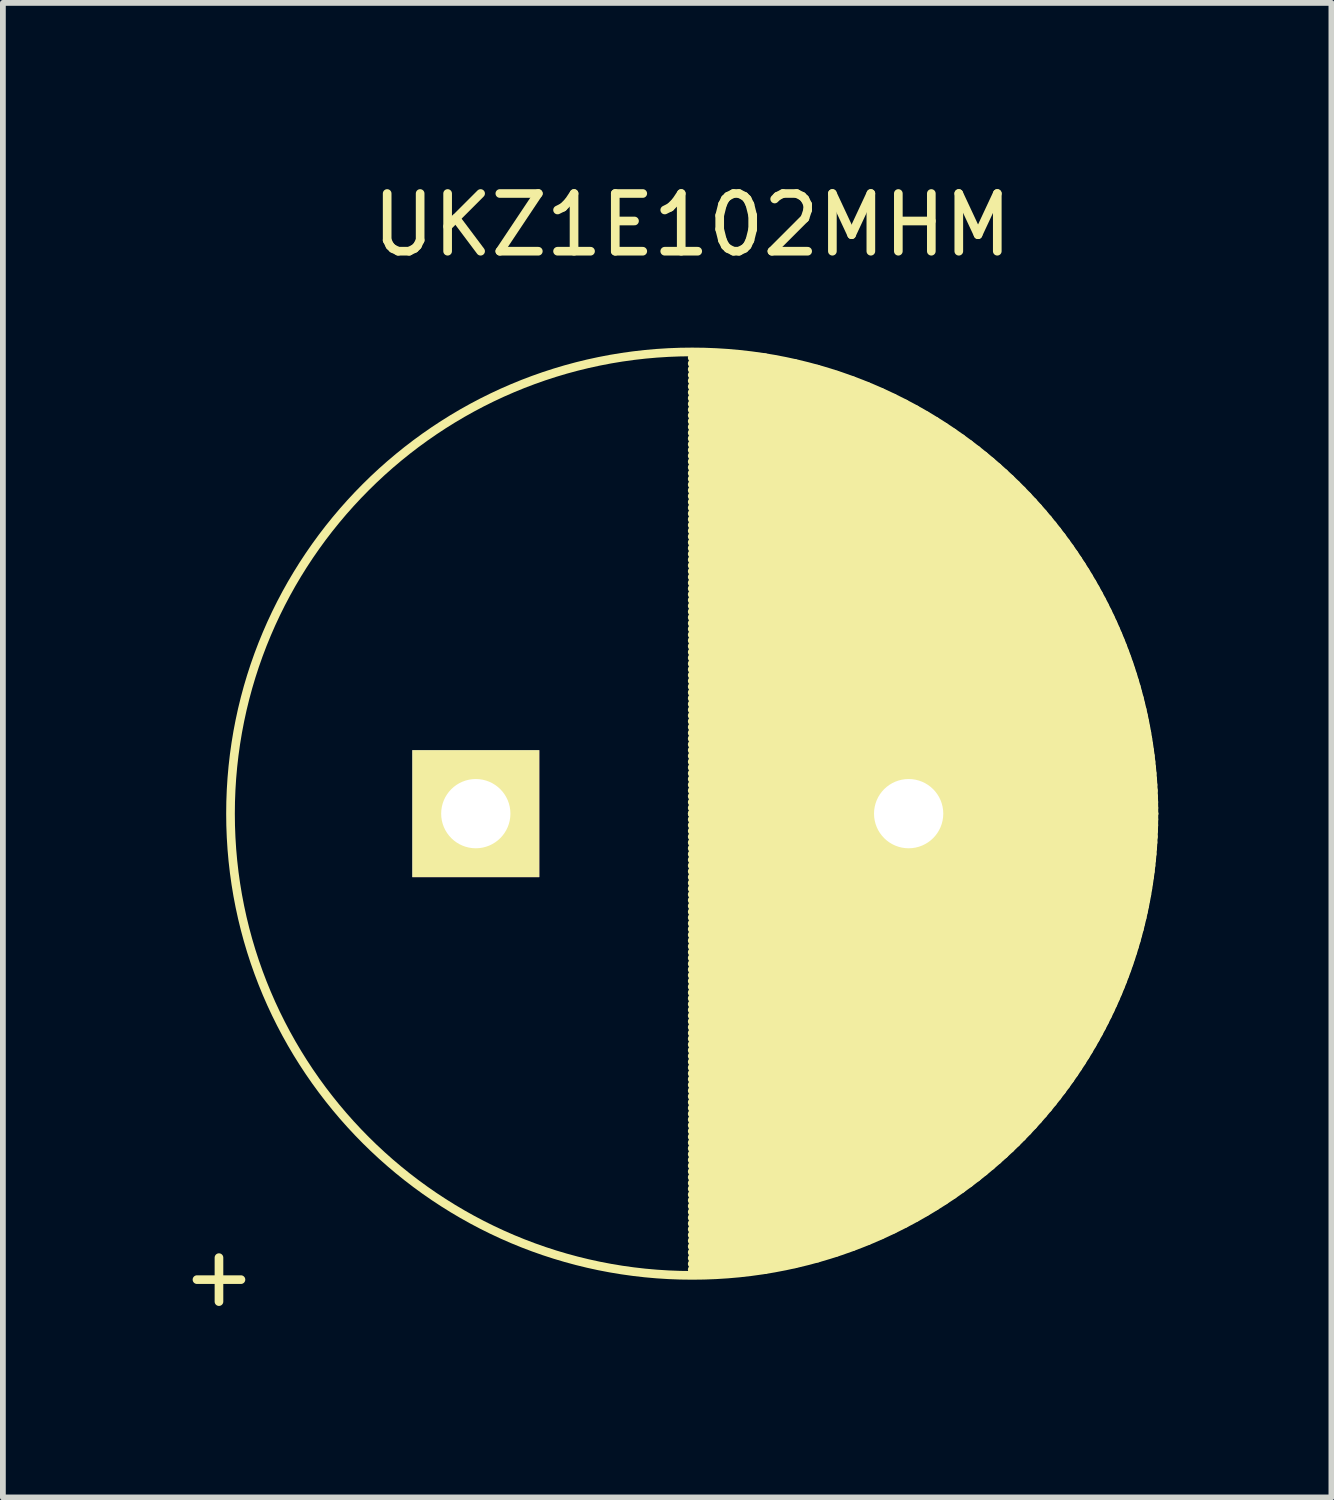
<source format=kicad_pcb>
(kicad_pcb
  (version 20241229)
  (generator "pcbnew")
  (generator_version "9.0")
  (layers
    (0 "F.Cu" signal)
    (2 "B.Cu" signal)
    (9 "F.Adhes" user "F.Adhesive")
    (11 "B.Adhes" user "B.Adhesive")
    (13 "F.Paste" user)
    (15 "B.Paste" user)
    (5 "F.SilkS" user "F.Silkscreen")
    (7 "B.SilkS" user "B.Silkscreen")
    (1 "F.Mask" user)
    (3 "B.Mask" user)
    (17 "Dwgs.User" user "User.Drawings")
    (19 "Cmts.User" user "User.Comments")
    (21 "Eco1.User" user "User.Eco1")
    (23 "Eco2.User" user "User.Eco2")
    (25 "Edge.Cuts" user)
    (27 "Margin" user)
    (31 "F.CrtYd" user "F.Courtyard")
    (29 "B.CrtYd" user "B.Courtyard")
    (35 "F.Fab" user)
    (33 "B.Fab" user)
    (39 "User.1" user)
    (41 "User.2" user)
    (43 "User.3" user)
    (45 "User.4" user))
  (footprint "UKZ1E102MHM"
    (layer "F.Cu")
    (at 5.194 11.048)
    (property "Reference" "UKZ1E102MHM" (at 3.75 -10.2 0) (layer "F.SilkS") (effects (font (size 1 1) (thickness 0.15))))
    (attr through_hole)
    (fp_line (start 3.75 -7.9) (end 5.011 -7.9) (stroke (width 0.15) (type solid)) (layer "F.SilkS"))
    (fp_line (start 3.75 -7.8) (end 5.528 -7.8) (stroke (width 0.15) (type solid)) (layer "F.SilkS"))
    (fp_line (start 3.75 -7.7) (end 5.92 -7.7) (stroke (width 0.15) (type solid)) (layer "F.SilkS"))
    (fp_line (start 3.75 -7.6) (end 6.248 -7.6) (stroke (width 0.15) (type solid)) (layer "F.SilkS"))
    (fp_line (start 3.75 -7.5) (end 6.534 -7.5) (stroke (width 0.15) (type solid)) (layer "F.SilkS"))
    (fp_line (start 3.75 -7.4) (end 6.79 -7.4) (stroke (width 0.15) (type solid)) (layer "F.SilkS"))
    (fp_line (start 3.75 -7.3) (end 7.023 -7.3) (stroke (width 0.15) (type solid)) (layer "F.SilkS"))
    (fp_line (start 3.75 -7.2) (end 7.237 -7.2) (stroke (width 0.15) (type solid)) (layer "F.SilkS"))
    (fp_line (start 3.75 -7.1) (end 7.436 -7.1) (stroke (width 0.15) (type solid)) (layer "F.SilkS"))
    (fp_line (start 3.75 -7) (end 7.623 -7) (stroke (width 0.15) (type solid)) (layer "F.SilkS"))
    (fp_line (start 3.75 -6.9) (end 7.798 -6.9) (stroke (width 0.15) (type solid)) (layer "F.SilkS"))
    (fp_line (start 3.75 -6.8) (end 7.964 -6.8) (stroke (width 0.15) (type solid)) (layer "F.SilkS"))
    (fp_line (start 3.75 -6.7) (end 8.121 -6.7) (stroke (width 0.15) (type solid)) (layer "F.SilkS"))
    (fp_line (start 3.75 -6.6) (end 8.271 -6.6) (stroke (width 0.15) (type solid)) (layer "F.SilkS"))
    (fp_line (start 3.75 -6.5) (end 8.414 -6.5) (stroke (width 0.15) (type solid)) (layer "F.SilkS"))
    (fp_line (start 3.75 -6.4) (end 8.55 -6.4) (stroke (width 0.15) (type solid)) (layer "F.SilkS"))
    (fp_line (start 3.75 -6.3) (end 8.681 -6.3) (stroke (width 0.15) (type solid)) (layer "F.SilkS"))
    (fp_line (start 3.75 -6.2) (end 8.806 -6.2) (stroke (width 0.15) (type solid)) (layer "F.SilkS"))
    (fp_line (start 3.75 -6.1) (end 8.926 -6.1) (stroke (width 0.15) (type solid)) (layer "F.SilkS"))
    (fp_line (start 3.75 -6) (end 9.042 -6) (stroke (width 0.15) (type solid)) (layer "F.SilkS"))
    (fp_line (start 3.75 -5.9) (end 9.153 -5.9) (stroke (width 0.15) (type solid)) (layer "F.SilkS"))
    (fp_line (start 3.75 -5.8) (end 9.26 -5.8) (stroke (width 0.15) (type solid)) (layer "F.SilkS"))
    (fp_line (start 3.75 -5.7) (end 9.363 -5.7) (stroke (width 0.15) (type solid)) (layer "F.SilkS"))
    (fp_line (start 3.75 -5.6) (end 9.463 -5.6) (stroke (width 0.15) (type solid)) (layer "F.SilkS"))
    (fp_line (start 3.75 -5.5) (end 9.559 -5.5) (stroke (width 0.15) (type solid)) (layer "F.SilkS"))
    (fp_line (start 3.75 -5.4) (end 9.653 -5.4) (stroke (width 0.15) (type solid)) (layer "F.SilkS"))
    (fp_line (start 3.75 -5.3) (end 9.742 -5.3) (stroke (width 0.15) (type solid)) (layer "F.SilkS"))
    (fp_line (start 3.75 -5.2) (end 9.829 -5.2) (stroke (width 0.15) (type solid)) (layer "F.SilkS"))
    (fp_line (start 3.75 -5.1) (end 9.914 -5.1) (stroke (width 0.15) (type solid)) (layer "F.SilkS"))
    (fp_line (start 3.75 -5) (end 9.995 -5) (stroke (width 0.15) (type solid)) (layer "F.SilkS"))
    (fp_line (start 3.75 -4.9) (end 10.074 -4.9) (stroke (width 0.15) (type solid)) (layer "F.SilkS"))
    (fp_line (start 3.75 -4.8) (end 10.15 -4.8) (stroke (width 0.15) (type solid)) (layer "F.SilkS"))
    (fp_line (start 3.75 -4.7) (end 10.224 -4.7) (stroke (width 0.15) (type solid)) (layer "F.SilkS"))
    (fp_line (start 3.75 -4.6) (end 10.295 -4.6) (stroke (width 0.15) (type solid)) (layer "F.SilkS"))
    (fp_line (start 3.75 -4.5) (end 10.364 -4.5) (stroke (width 0.15) (type solid)) (layer "F.SilkS"))
    (fp_line (start 3.75 -4.4) (end 10.431 -4.4) (stroke (width 0.15) (type solid)) (layer "F.SilkS"))
    (fp_line (start 3.75 -4.3) (end 10.496 -4.3) (stroke (width 0.15) (type solid)) (layer "F.SilkS"))
    (fp_line (start 3.75 -4.2) (end 10.559 -4.2) (stroke (width 0.15) (type solid)) (layer "F.SilkS"))
    (fp_line (start 3.75 -4.1) (end 10.619 -4.1) (stroke (width 0.15) (type solid)) (layer "F.SilkS"))
    (fp_line (start 3.75 -4) (end 10.678 -4) (stroke (width 0.15) (type solid)) (layer "F.SilkS"))
    (fp_line (start 3.75 -3.9) (end 10.735 -3.9) (stroke (width 0.15) (type solid)) (layer "F.SilkS"))
    (fp_line (start 3.75 -3.8) (end 10.79 -3.8) (stroke (width 0.15) (type solid)) (layer "F.SilkS"))
    (fp_line (start 3.75 -3.7) (end 10.843 -3.7) (stroke (width 0.15) (type solid)) (layer "F.SilkS"))
    (fp_line (start 3.75 -3.6) (end 10.894 -3.6) (stroke (width 0.15) (type solid)) (layer "F.SilkS"))
    (fp_line (start 3.75 -3.5) (end 10.944 -3.5) (stroke (width 0.15) (type solid)) (layer "F.SilkS"))
    (fp_line (start 3.75 -3.4) (end 10.992 -3.4) (stroke (width 0.15) (type solid)) (layer "F.SilkS"))
    (fp_line (start 3.75 -3.3) (end 11.038 -3.3) (stroke (width 0.15) (type solid)) (layer "F.SilkS"))
    (fp_line (start 3.75 -3.2) (end 11.082 -3.2) (stroke (width 0.15) (type solid)) (layer "F.SilkS"))
    (fp_line (start 3.75 -3.1) (end 11.125 -3.1) (stroke (width 0.15) (type solid)) (layer "F.SilkS"))
    (fp_line (start 3.75 -3) (end 11.166 -3) (stroke (width 0.15) (type solid)) (layer "F.SilkS"))
    (fp_line (start 3.75 -2.9) (end 11.206 -2.9) (stroke (width 0.15) (type solid)) (layer "F.SilkS"))
    (fp_line (start 3.75 -2.8) (end 11.244 -2.8) (stroke (width 0.15) (type solid)) (layer "F.SilkS"))
    (fp_line (start 3.75 -2.7) (end 11.281 -2.7) (stroke (width 0.15) (type solid)) (layer "F.SilkS"))
    (fp_line (start 3.75 -2.6) (end 11.316 -2.6) (stroke (width 0.15) (type solid)) (layer "F.SilkS"))
    (fp_line (start 3.75 -2.5) (end 11.349 -2.5) (stroke (width 0.15) (type solid)) (layer "F.SilkS"))
    (fp_line (start 3.75 -2.4) (end 11.382 -2.4) (stroke (width 0.15) (type solid)) (layer "F.SilkS"))
    (fp_line (start 3.75 -2.3) (end 11.412 -2.3) (stroke (width 0.15) (type solid)) (layer "F.SilkS"))
    (fp_line (start 3.75 -2.2) (end 11.442 -2.2) (stroke (width 0.15) (type solid)) (layer "F.SilkS"))
    (fp_line (start 3.75 -2.1) (end 11.469 -2.1) (stroke (width 0.15) (type solid)) (layer "F.SilkS"))
    (fp_line (start 3.75 -2) (end 11.496 -2) (stroke (width 0.15) (type solid)) (layer "F.SilkS"))
    (fp_line (start 3.75 -1.9) (end 11.521 -1.9) (stroke (width 0.15) (type solid)) (layer "F.SilkS"))
    (fp_line (start 3.75 -1.8) (end 11.545 -1.8) (stroke (width 0.15) (type solid)) (layer "F.SilkS"))
    (fp_line (start 3.75 -1.7) (end 11.567 -1.7) (stroke (width 0.15) (type solid)) (layer "F.SilkS"))
    (fp_line (start 3.75 -1.6) (end 11.588 -1.6) (stroke (width 0.15) (type solid)) (layer "F.SilkS"))
    (fp_line (start 3.75 -1.5) (end 11.608 -1.5) (stroke (width 0.15) (type solid)) (layer "F.SilkS"))
    (fp_line (start 3.75 -1.4) (end 11.627 -1.4) (stroke (width 0.15) (type solid)) (layer "F.SilkS"))
    (fp_line (start 3.75 -1.3) (end 11.644 -1.3) (stroke (width 0.15) (type solid)) (layer "F.SilkS"))
    (fp_line (start 3.75 -1.2) (end 11.659 -1.2) (stroke (width 0.15) (type solid)) (layer "F.SilkS"))
    (fp_line (start 3.75 -1.1) (end 11.674 -1.1) (stroke (width 0.15) (type solid)) (layer "F.SilkS"))
    (fp_line (start 3.75 -1) (end 11.687 -1) (stroke (width 0.15) (type solid)) (layer "F.SilkS"))
    (fp_line (start 3.75 -0.9) (end 11.699 -0.9) (stroke (width 0.15) (type solid)) (layer "F.SilkS"))
    (fp_line (start 3.75 -0.8) (end 11.71 -0.8) (stroke (width 0.15) (type solid)) (layer "F.SilkS"))
    (fp_line (start 3.75 -0.7) (end 11.719 -0.7) (stroke (width 0.15) (type solid)) (layer "F.SilkS"))
    (fp_line (start 3.75 -0.6) (end 11.727 -0.6) (stroke (width 0.15) (type solid)) (layer "F.SilkS"))
    (fp_line (start 3.75 -0.5) (end 11.734 -0.5) (stroke (width 0.15) (type solid)) (layer "F.SilkS"))
    (fp_line (start 3.75 -0.4) (end 11.74 -0.4) (stroke (width 0.15) (type solid)) (layer "F.SilkS"))
    (fp_line (start 3.75 -0.3) (end 11.744 -0.3) (stroke (width 0.15) (type solid)) (layer "F.SilkS"))
    (fp_line (start 3.75 -0.2) (end 11.748 -0.2) (stroke (width 0.15) (type solid)) (layer "F.SilkS"))
    (fp_line (start 3.75 -0.1) (end 11.749 -0.1) (stroke (width 0.15) (type solid)) (layer "F.SilkS"))
    (fp_line (start 3.75 0) (end 11.75 0) (stroke (width 0.15) (type solid)) (layer "F.SilkS"))
    (fp_line (start 3.75 0) (end 11.75 0) (stroke (width 0.15) (type solid)) (layer "F.SilkS"))
    (fp_line (start 3.75 0.1) (end 11.749 0.1) (stroke (width 0.15) (type solid)) (layer "F.SilkS"))
    (fp_line (start 3.75 0.2) (end 11.748 0.2) (stroke (width 0.15) (type solid)) (layer "F.SilkS"))
    (fp_line (start 3.75 0.3) (end 11.744 0.3) (stroke (width 0.15) (type solid)) (layer "F.SilkS"))
    (fp_line (start 3.75 0.4) (end 11.74 0.4) (stroke (width 0.15) (type solid)) (layer "F.SilkS"))
    (fp_line (start 3.75 0.5) (end 11.734 0.5) (stroke (width 0.15) (type solid)) (layer "F.SilkS"))
    (fp_line (start 3.75 0.6) (end 11.727 0.6) (stroke (width 0.15) (type solid)) (layer "F.SilkS"))
    (fp_line (start 3.75 0.7) (end 11.719 0.7) (stroke (width 0.15) (type solid)) (layer "F.SilkS"))
    (fp_line (start 3.75 0.8) (end 11.71 0.8) (stroke (width 0.15) (type solid)) (layer "F.SilkS"))
    (fp_line (start 3.75 0.9) (end 11.699 0.9) (stroke (width 0.15) (type solid)) (layer "F.SilkS"))
    (fp_line (start 3.75 1) (end 11.687 1) (stroke (width 0.15) (type solid)) (layer "F.SilkS"))
    (fp_line (start 3.75 1.1) (end 11.674 1.1) (stroke (width 0.15) (type solid)) (layer "F.SilkS"))
    (fp_line (start 3.75 1.2) (end 11.659 1.2) (stroke (width 0.15) (type solid)) (layer "F.SilkS"))
    (fp_line (start 3.75 1.3) (end 11.644 1.3) (stroke (width 0.15) (type solid)) (layer "F.SilkS"))
    (fp_line (start 3.75 1.4) (end 11.627 1.4) (stroke (width 0.15) (type solid)) (layer "F.SilkS"))
    (fp_line (start 3.75 1.5) (end 11.608 1.5) (stroke (width 0.15) (type solid)) (layer "F.SilkS"))
    (fp_line (start 3.75 1.6) (end 11.588 1.6) (stroke (width 0.15) (type solid)) (layer "F.SilkS"))
    (fp_line (start 3.75 1.7) (end 11.567 1.7) (stroke (width 0.15) (type solid)) (layer "F.SilkS"))
    (fp_line (start 3.75 1.8) (end 11.545 1.8) (stroke (width 0.15) (type solid)) (layer "F.SilkS"))
    (fp_line (start 3.75 1.9) (end 11.521 1.9) (stroke (width 0.15) (type solid)) (layer "F.SilkS"))
    (fp_line (start 3.75 2) (end 11.496 2) (stroke (width 0.15) (type solid)) (layer "F.SilkS"))
    (fp_line (start 3.75 2.1) (end 11.469 2.1) (stroke (width 0.15) (type solid)) (layer "F.SilkS"))
    (fp_line (start 3.75 2.2) (end 11.442 2.2) (stroke (width 0.15) (type solid)) (layer "F.SilkS"))
    (fp_line (start 3.75 2.3) (end 11.412 2.3) (stroke (width 0.15) (type solid)) (layer "F.SilkS"))
    (fp_line (start 3.75 2.4) (end 11.382 2.4) (stroke (width 0.15) (type solid)) (layer "F.SilkS"))
    (fp_line (start 3.75 2.5) (end 11.349 2.5) (stroke (width 0.15) (type solid)) (layer "F.SilkS"))
    (fp_line (start 3.75 2.6) (end 11.316 2.6) (stroke (width 0.15) (type solid)) (layer "F.SilkS"))
    (fp_line (start 3.75 2.7) (end 11.281 2.7) (stroke (width 0.15) (type solid)) (layer "F.SilkS"))
    (fp_line (start 3.75 2.8) (end 11.244 2.8) (stroke (width 0.15) (type solid)) (layer "F.SilkS"))
    (fp_line (start 3.75 2.9) (end 11.206 2.9) (stroke (width 0.15) (type solid)) (layer "F.SilkS"))
    (fp_line (start 3.75 3) (end 11.166 3) (stroke (width 0.15) (type solid)) (layer "F.SilkS"))
    (fp_line (start 3.75 3.1) (end 11.125 3.1) (stroke (width 0.15) (type solid)) (layer "F.SilkS"))
    (fp_line (start 3.75 3.2) (end 11.082 3.2) (stroke (width 0.15) (type solid)) (layer "F.SilkS"))
    (fp_line (start 3.75 3.3) (end 11.038 3.3) (stroke (width 0.15) (type solid)) (layer "F.SilkS"))
    (fp_line (start 3.75 3.4) (end 10.992 3.4) (stroke (width 0.15) (type solid)) (layer "F.SilkS"))
    (fp_line (start 3.75 3.5) (end 10.944 3.5) (stroke (width 0.15) (type solid)) (layer "F.SilkS"))
    (fp_line (start 3.75 3.6) (end 10.894 3.6) (stroke (width 0.15) (type solid)) (layer "F.SilkS"))
    (fp_line (start 3.75 3.7) (end 10.843 3.7) (stroke (width 0.15) (type solid)) (layer "F.SilkS"))
    (fp_line (start 3.75 3.8) (end 10.79 3.8) (stroke (width 0.15) (type solid)) (layer "F.SilkS"))
    (fp_line (start 3.75 3.9) (end 10.735 3.9) (stroke (width 0.15) (type solid)) (layer "F.SilkS"))
    (fp_line (start 3.75 4) (end 10.678 4) (stroke (width 0.15) (type solid)) (layer "F.SilkS"))
    (fp_line (start 3.75 4.1) (end 10.619 4.1) (stroke (width 0.15) (type solid)) (layer "F.SilkS"))
    (fp_line (start 3.75 4.2) (end 10.559 4.2) (stroke (width 0.15) (type solid)) (layer "F.SilkS"))
    (fp_line (start 3.75 4.3) (end 10.496 4.3) (stroke (width 0.15) (type solid)) (layer "F.SilkS"))
    (fp_line (start 3.75 4.4) (end 10.431 4.4) (stroke (width 0.15) (type solid)) (layer "F.SilkS"))
    (fp_line (start 3.75 4.5) (end 10.364 4.5) (stroke (width 0.15) (type solid)) (layer "F.SilkS"))
    (fp_line (start 3.75 4.6) (end 10.295 4.6) (stroke (width 0.15) (type solid)) (layer "F.SilkS"))
    (fp_line (start 3.75 4.7) (end 10.224 4.7) (stroke (width 0.15) (type solid)) (layer "F.SilkS"))
    (fp_line (start 3.75 4.8) (end 10.15 4.8) (stroke (width 0.15) (type solid)) (layer "F.SilkS"))
    (fp_line (start 3.75 4.9) (end 10.074 4.9) (stroke (width 0.15) (type solid)) (layer "F.SilkS"))
    (fp_line (start 3.75 5) (end 9.995 5) (stroke (width 0.15) (type solid)) (layer "F.SilkS"))
    (fp_line (start 3.75 5.1) (end 9.914 5.1) (stroke (width 0.15) (type solid)) (layer "F.SilkS"))
    (fp_line (start 3.75 5.2) (end 9.829 5.2) (stroke (width 0.15) (type solid)) (layer "F.SilkS"))
    (fp_line (start 3.75 5.3) (end 9.742 5.3) (stroke (width 0.15) (type solid)) (layer "F.SilkS"))
    (fp_line (start 3.75 5.4) (end 9.653 5.4) (stroke (width 0.15) (type solid)) (layer "F.SilkS"))
    (fp_line (start 3.75 5.5) (end 9.559 5.5) (stroke (width 0.15) (type solid)) (layer "F.SilkS"))
    (fp_line (start 3.75 5.6) (end 9.463 5.6) (stroke (width 0.15) (type solid)) (layer "F.SilkS"))
    (fp_line (start 3.75 5.7) (end 9.363 5.7) (stroke (width 0.15) (type solid)) (layer "F.SilkS"))
    (fp_line (start 3.75 5.8) (end 9.26 5.8) (stroke (width 0.15) (type solid)) (layer "F.SilkS"))
    (fp_line (start 3.75 5.9) (end 9.153 5.9) (stroke (width 0.15) (type solid)) (layer "F.SilkS"))
    (fp_line (start 3.75 6) (end 9.042 6) (stroke (width 0.15) (type solid)) (layer "F.SilkS"))
    (fp_line (start 3.75 6.1) (end 8.926 6.1) (stroke (width 0.15) (type solid)) (layer "F.SilkS"))
    (fp_line (start 3.75 6.2) (end 8.806 6.2) (stroke (width 0.15) (type solid)) (layer "F.SilkS"))
    (fp_line (start 3.75 6.3) (end 8.681 6.3) (stroke (width 0.15) (type solid)) (layer "F.SilkS"))
    (fp_line (start 3.75 6.4) (end 8.55 6.4) (stroke (width 0.15) (type solid)) (layer "F.SilkS"))
    (fp_line (start 3.75 6.5) (end 8.414 6.5) (stroke (width 0.15) (type solid)) (layer "F.SilkS"))
    (fp_line (start 3.75 6.6) (end 8.271 6.6) (stroke (width 0.15) (type solid)) (layer "F.SilkS"))
    (fp_line (start 3.75 6.7) (end 8.121 6.7) (stroke (width 0.15) (type solid)) (layer "F.SilkS"))
    (fp_line (start 3.75 6.8) (end 7.964 6.8) (stroke (width 0.15) (type solid)) (layer "F.SilkS"))
    (fp_line (start 3.75 6.9) (end 7.798 6.9) (stroke (width 0.15) (type solid)) (layer "F.SilkS"))
    (fp_line (start 3.75 7) (end 7.623 7) (stroke (width 0.15) (type solid)) (layer "F.SilkS"))
    (fp_line (start 3.75 7.1) (end 7.436 7.1) (stroke (width 0.15) (type solid)) (layer "F.SilkS"))
    (fp_line (start 3.75 7.2) (end 7.237 7.2) (stroke (width 0.15) (type solid)) (layer "F.SilkS"))
    (fp_line (start 3.75 7.3) (end 7.023 7.3) (stroke (width 0.15) (type solid)) (layer "F.SilkS"))
    (fp_line (start 3.75 7.4) (end 6.79 7.4) (stroke (width 0.15) (type solid)) (layer "F.SilkS"))
    (fp_line (start 3.75 7.5) (end 6.534 7.5) (stroke (width 0.15) (type solid)) (layer "F.SilkS"))
    (fp_line (start 3.75 7.6) (end 6.248 7.6) (stroke (width 0.15) (type solid)) (layer "F.SilkS"))
    (fp_line (start 3.75 7.7) (end 5.92 7.7) (stroke (width 0.15) (type solid)) (layer "F.SilkS"))
    (fp_line (start 3.75 7.8) (end 5.528 7.8) (stroke (width 0.15) (type solid)) (layer "F.SilkS"))
    (fp_line (start 3.75 7.9) (end 5.011 7.9) (stroke (width 0.15) (type solid)) (layer "F.SilkS"))
    (fp_circle (center 3.75 0) (end 3.75 -8) (stroke (width 0.15) (type solid)) (fill no) (layer "F.SilkS"))
    (fp_text user "+" (at -4.45 8 0) (layer "F.SilkS") (effects (font (size 1 1) (thickness 0.15))))
    (pad "1" thru_hole rect (at 0 0) (size 2.2 2.2) (drill 1.2) (layers "*.Cu" "*.Mask" "F.SilkS"))
    (pad "2" thru_hole circle (at 7.5 0) (size 2.2 2.2) (drill 1.2) (layers "*.Cu" "*.Mask" "F.SilkS")))
  (gr_rect
    (start -3 -3)
    (end 20.019 22.896)
    (stroke (width 0.1) (type default))
    (fill no)
    (layer "Edge.Cuts")))
</source>
